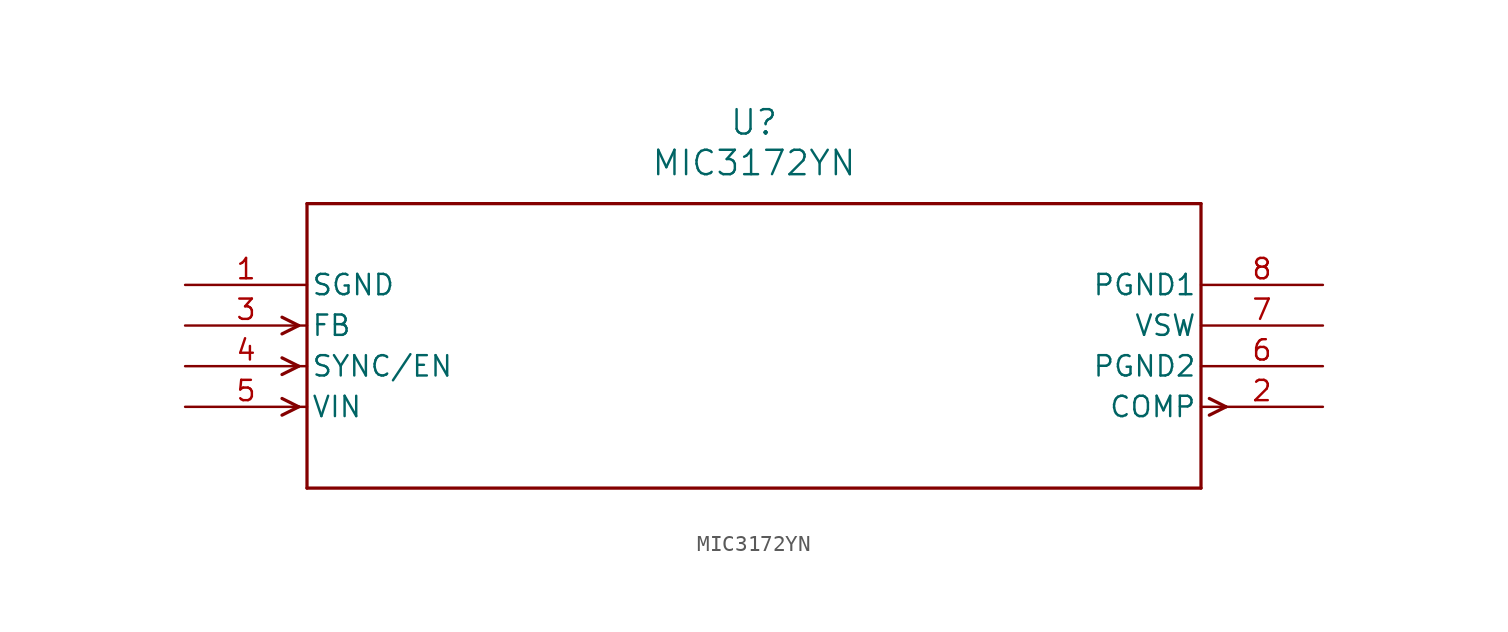
<source format=kicad_sym>
(kicad_symbol_lib
  (version 20211014)
  (generator kicad_symbol_editor)
  (symbol "MIC3172YN"
    (pin_names
      (offset 0.254))
    (property "Reference" "U"
      (at 35.56 10.16 0)
      (effects (font (size 1.524 1.524))))
    (property "Value" "MIC3172YN"
      (at 35.56 7.62 0)
      (effects (font (size 1.524 1.524))))
    (symbol "MIC3172YN_0_1"
      (polyline (pts (xy 7.099 -2.54) (xy 6.058 -2.019)) (stroke (width 0.203) (type default) (color 0 0 0 0)) (fill (type none)))
      (polyline (pts (xy 7.099 -2.54) (xy 6.058 -3.061)) (stroke (width 0.203) (type default) (color 0 0 0 0)) (fill (type none)))
      (polyline (pts (xy 7.099 -5.08) (xy 6.058 -4.559)) (stroke (width 0.203) (type default) (color 0 0 0 0)) (fill (type none)))
      (polyline (pts (xy 7.099 -5.08) (xy 6.058 -5.601)) (stroke (width 0.203) (type default) (color 0 0 0 0)) (fill (type none)))
      (polyline (pts (xy 7.099 -7.62) (xy 6.058 -7.099)) (stroke (width 0.203) (type default) (color 0 0 0 0)) (fill (type none)))
      (polyline (pts (xy 7.099 -7.62) (xy 6.058 -8.141)) (stroke (width 0.203) (type default) (color 0 0 0 0)) (fill (type none)))
      (polyline (pts (xy 64.021 -7.099) (xy 65.062 -7.62)) (stroke (width 0.203) (type default) (color 0 0 0 0)) (fill (type none)))
      (polyline (pts (xy 64.021 -8.141) (xy 65.062 -7.62)) (stroke (width 0.203) (type default) (color 0 0 0 0)) (fill (type none)))
      (polyline (pts (xy 7.62 5.08) (xy 7.62 -12.7)) (stroke (width 0.203) (type default) (color 0 0 0 0)) (fill (type none)))
      (polyline (pts (xy 7.62 -12.7) (xy 63.5 -12.7)) (stroke (width 0.203) (type default) (color 0 0 0 0)) (fill (type none)))
      (polyline (pts (xy 63.5 -12.7) (xy 63.5 5.08)) (stroke (width 0.203) (type default) (color 0 0 0 0)) (fill (type none)))
      (polyline (pts (xy 63.5 5.08) (xy 7.62 5.08)) (stroke (width 0.203) (type default) (color 0 0 0 0)) (fill (type none)))
      (pin power_in line (at 0 0 0) (length 7.62) (name "SGND" (effects (font (size 1.27 1.27)))) (number "1" (effects (font (size 1.27 1.27)))))
      (pin output line (at 71.12 -7.62 180) (length 7.62) (name "COMP" (effects (font (size 1.27 1.27)))) (number "2" (effects (font (size 1.27 1.27)))))
      (pin input line (at 0 -2.54 0) (length 7.62) (name "FB" (effects (font (size 1.27 1.27)))) (number "3" (effects (font (size 1.27 1.27)))))
      (pin input line (at 0 -5.08 0) (length 7.62) (name "SYNC/EN" (effects (font (size 1.27 1.27)))) (number "4" (effects (font (size 1.27 1.27)))))
      (pin input line (at 0 -7.62 0) (length 7.62) (name "VIN" (effects (font (size 1.27 1.27)))) (number "5" (effects (font (size 1.27 1.27)))))
      (pin power_in line (at 71.12 -5.08 180) (length 7.62) (name "PGND2" (effects (font (size 1.27 1.27)))) (number "6" (effects (font (size 1.27 1.27)))))
      (pin unspecified line (at 71.12 -2.54 180) (length 7.62) (name "VSW" (effects (font (size 1.27 1.27)))) (number "7" (effects (font (size 1.27 1.27)))))
      (pin power_in line (at 71.12 0 180) (length 7.62) (name "PGND1" (effects (font (size 1.27 1.27)))) (number "8" (effects (font (size 1.27 1.27))))))))
</source>
